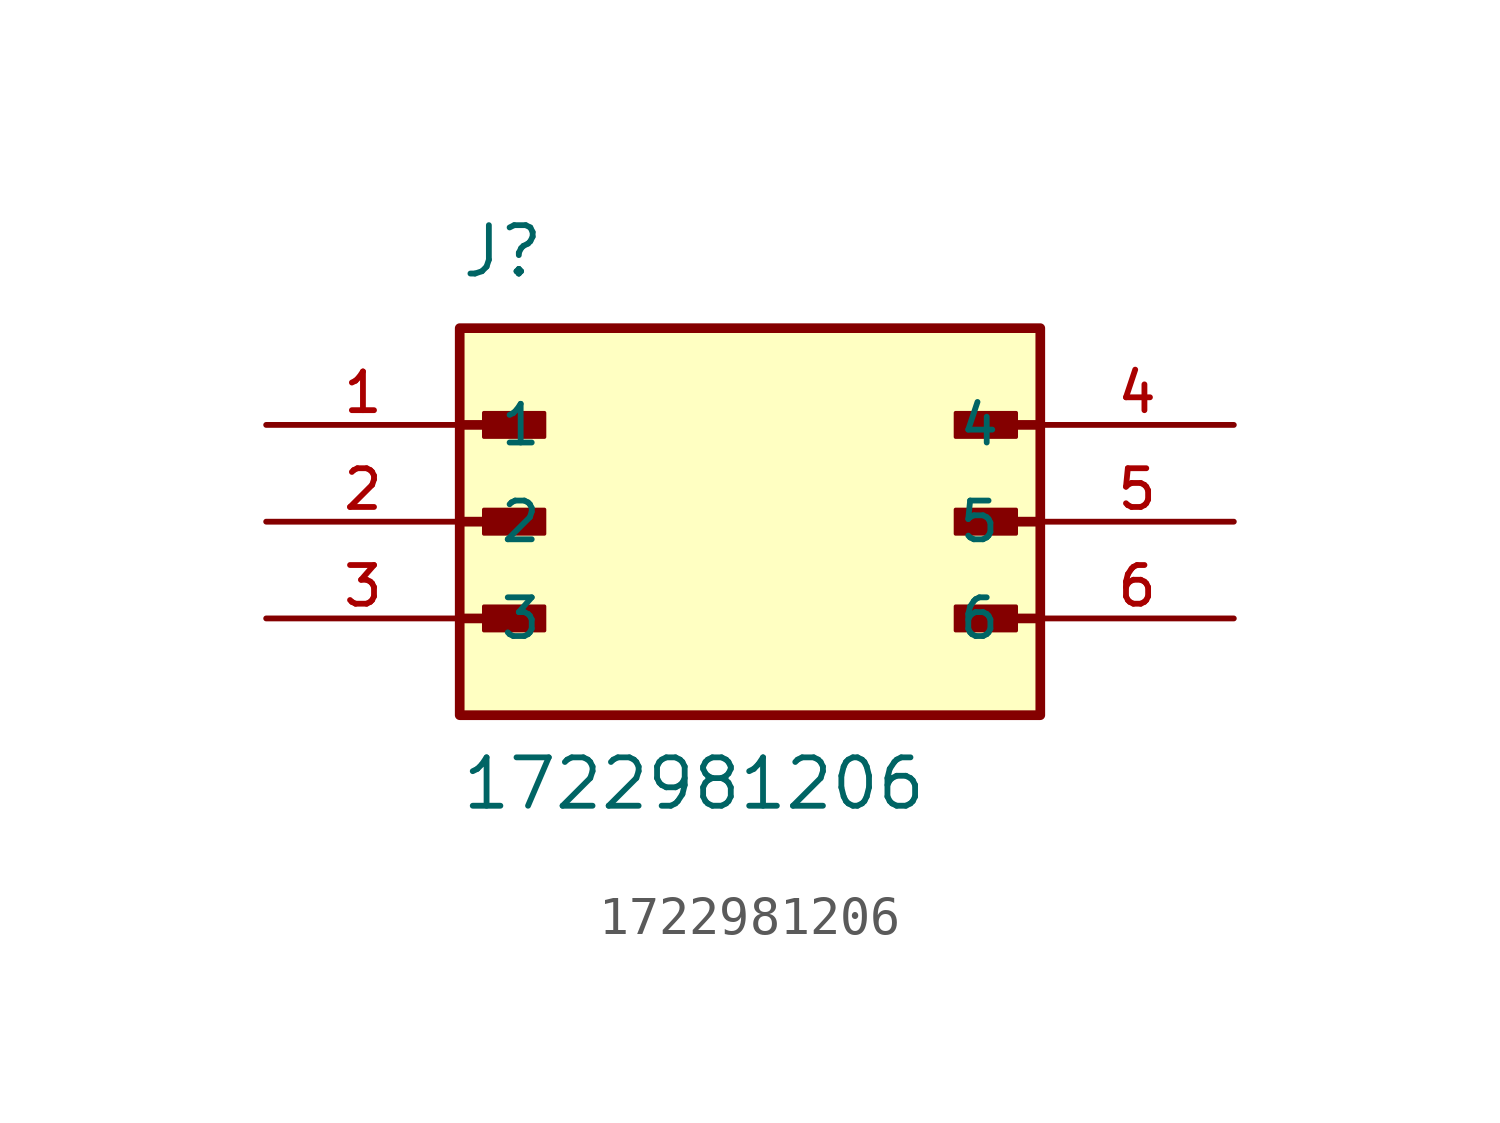
<source format=kicad_sym>
(kicad_symbol_lib
  (version 20211014)
  (generator kicad_symbol_editor)
  (symbol "1722981206"
    (pin_names
      (offset 1.016))
    (property "Reference" "J"
      (at -7.62 6.35 0)
      (effects (font (size 1.27 1.27)) (justify bottom left)))
    (property "Value" "1722981206"
      (at -7.62 -7.62 0)
      (effects (font (size 1.27 1.27)) (justify bottom left)))
    (symbol "1722981206_0_0"
      (polyline (pts (xy -7.62 2.54) (xy -5.715 2.54)) (stroke (width 0.254)))
      (rectangle (start -6.985 2.223) (end -5.397 2.857) (stroke (width 0.1)) (fill (type outline)))
      (polyline (pts (xy -7.62 0.0) (xy -5.715 0.0)) (stroke (width 0.254)))
      (rectangle (start -6.985 -0.318) (end -5.397 0.318) (stroke (width 0.1)) (fill (type outline)))
      (polyline (pts (xy -7.62 -2.54) (xy -5.715 -2.54)) (stroke (width 0.254)))
      (rectangle (start -6.985 -2.857) (end -5.397 -2.223) (stroke (width 0.1)) (fill (type outline)))
      (polyline (pts (xy 7.62 2.54) (xy 5.715 2.54)) (stroke (width 0.254)))
      (rectangle (start 5.397 2.223) (end 6.985 2.857) (stroke (width 0.1)) (fill (type outline)))
      (polyline (pts (xy 7.62 0.0) (xy 5.715 0.0)) (stroke (width 0.254)))
      (rectangle (start 5.397 -0.318) (end 6.985 0.318) (stroke (width 0.1)) (fill (type outline)))
      (polyline (pts (xy 7.62 -2.54) (xy 5.715 -2.54)) (stroke (width 0.254)))
      (rectangle (start 5.397 -2.857) (end 6.985 -2.223) (stroke (width 0.1)) (fill (type outline)))
      (rectangle (start -7.62 -5.08) (end 7.62 5.08) (stroke (width 0.254)) (fill (type background)))
      (pin passive line (at -12.7 2.54 0) (length 5.08) (name "1" (effects (font (size 1.016 1.016)))) (number "1" (effects (font (size 1.016 1.016)))))
      (pin passive line (at -12.7 0.0 0) (length 5.08) (name "2" (effects (font (size 1.016 1.016)))) (number "2" (effects (font (size 1.016 1.016)))))
      (pin passive line (at -12.7 -2.54 0) (length 5.08) (name "3" (effects (font (size 1.016 1.016)))) (number "3" (effects (font (size 1.016 1.016)))))
      (pin passive line (at 12.7 2.54 180.0) (length 5.08) (name "4" (effects (font (size 1.016 1.016)))) (number "4" (effects (font (size 1.016 1.016)))))
      (pin passive line (at 12.7 0.0 180.0) (length 5.08) (name "5" (effects (font (size 1.016 1.016)))) (number "5" (effects (font (size 1.016 1.016)))))
      (pin passive line (at 12.7 -2.54 180.0) (length 5.08) (name "6" (effects (font (size 1.016 1.016)))) (number "6" (effects (font (size 1.016 1.016))))))))
</source>
